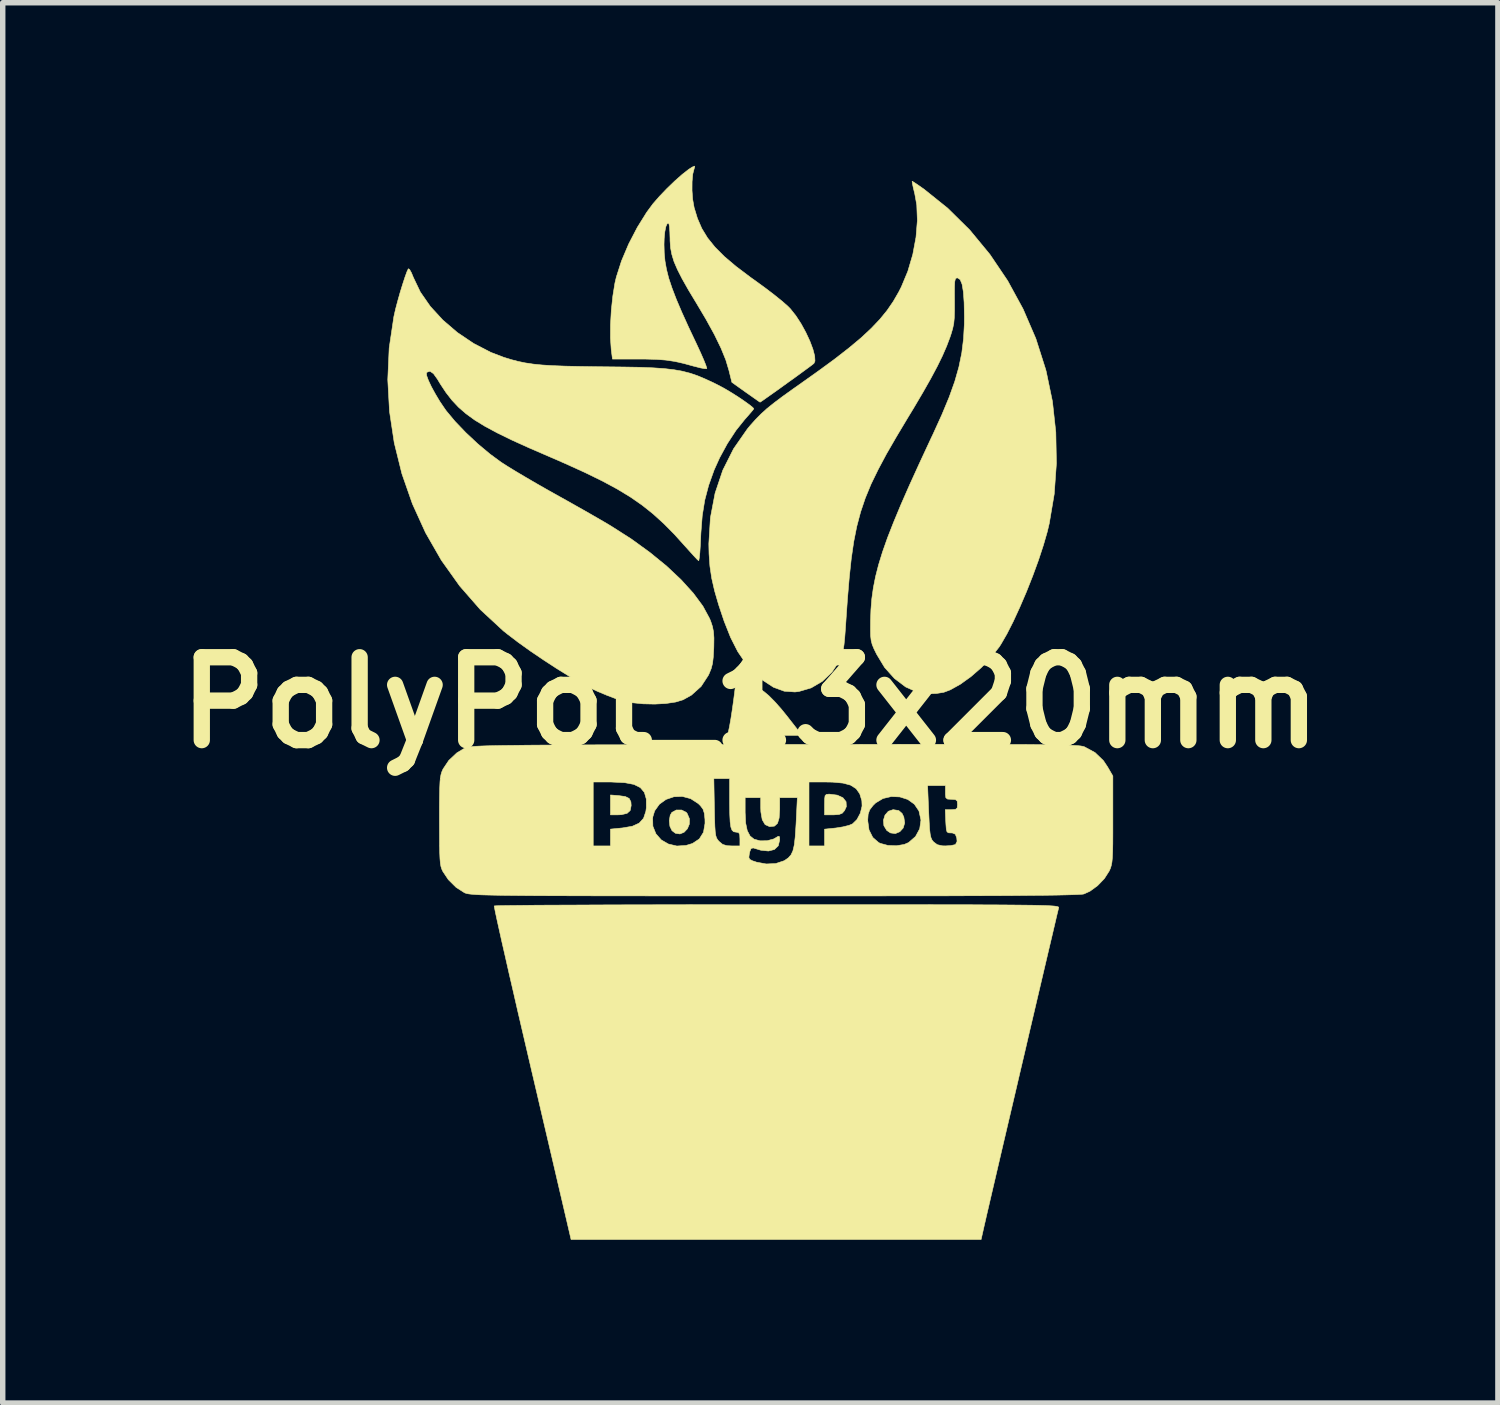
<source format=kicad_pcb>
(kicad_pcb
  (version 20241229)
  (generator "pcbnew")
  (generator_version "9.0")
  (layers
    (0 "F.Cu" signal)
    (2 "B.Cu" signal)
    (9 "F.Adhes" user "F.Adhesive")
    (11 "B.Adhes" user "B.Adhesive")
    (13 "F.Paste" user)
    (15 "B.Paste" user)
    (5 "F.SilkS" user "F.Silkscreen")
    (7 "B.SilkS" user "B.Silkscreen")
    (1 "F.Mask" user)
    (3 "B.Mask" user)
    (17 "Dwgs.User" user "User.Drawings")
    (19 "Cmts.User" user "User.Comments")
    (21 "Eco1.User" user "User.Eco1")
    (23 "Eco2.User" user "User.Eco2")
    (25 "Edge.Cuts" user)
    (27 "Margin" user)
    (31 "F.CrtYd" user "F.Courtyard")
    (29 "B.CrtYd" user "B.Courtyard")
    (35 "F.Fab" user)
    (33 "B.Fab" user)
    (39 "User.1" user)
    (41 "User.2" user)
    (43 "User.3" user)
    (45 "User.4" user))
  (footprint "PolyPot_13x20mm"
    (layer "F.Cu")
    (at 10.748 9.871)
    (property "Reference" "PolyPot_13x20mm" (at 0 0 0) (layer "F.SilkS") (effects (font (size 1.524 1.524) (thickness 0.3))))
    (attr through_hole)
    (fp_poly (pts (xy -2.421 1.71) (xy -2.299 1.727) (xy -2.228 1.762) (xy -2.196 1.824) (xy -2.191 1.892) (xy -2.208 1.982) (xy -2.266 2.036) (xy -2.372 2.061) (xy -2.443 2.064) (xy -2.572 2.064) (xy -2.572 1.698) (xy -2.421 1.71)) (stroke (width 0.01) (type solid)) (fill yes) (layer "F.SilkS"))
    (fp_poly (pts (xy -1.263 1.975) (xy -1.179 2.017) (xy -1.161 2.039) (xy -1.119 2.137) (xy -1.121 2.234) (xy -1.157 2.32) (xy -1.218 2.384) (xy -1.294 2.415) (xy -1.376 2.403) (xy -1.44 2.355) (xy -1.479 2.274) (xy -1.49 2.17) (xy -1.473 2.071) (xy -1.442 2.018) (xy -1.359 1.974) (xy -1.263 1.975)) (stroke (width 0.01) (type solid)) (fill yes) (layer "F.SilkS"))
    (fp_poly (pts (xy 2.729 1.984) (xy 2.791 2.038) (xy 2.823 2.104) (xy 2.839 2.213) (xy 2.811 2.306) (xy 2.749 2.374) (xy 2.667 2.408) (xy 2.577 2.396) (xy 2.508 2.349) (xy 2.456 2.262) (xy 2.448 2.162) (xy 2.477 2.068) (xy 2.538 1.998) (xy 2.624 1.969) (xy 2.629 1.969) (xy 2.729 1.984)) (stroke (width 0.01) (type solid)) (fill yes) (layer "F.SilkS"))
    (fp_poly (pts (xy 1.599 1.701) (xy 1.703 1.749) (xy 1.761 1.822) (xy 1.766 1.913) (xy 1.733 1.985) (xy 1.69 2.034) (xy 1.632 2.057) (xy 1.535 2.064) (xy 1.523 2.064) (xy 1.365 2.064) (xy 1.365 1.873) (xy 1.367 1.768) (xy 1.375 1.711) (xy 1.399 1.688) (xy 1.444 1.683) (xy 1.456 1.683) (xy 1.599 1.701)) (stroke (width 0.01) (type solid)) (fill yes) (layer "F.SilkS"))
    (fp_poly (pts (xy -0.067 -0.467) (xy 0.044 -0.366) (xy 0.161 -0.268) (xy 0.259 -0.196) (xy 0.342 -0.126) (xy 0.451 -0.016) (xy 0.574 0.123) (xy 0.679 0.253) (xy 0.952 0.603) (xy -0.42 0.603) (xy -0.402 0.531) (xy -0.382 0.435) (xy -0.357 0.293) (xy -0.331 0.124) (xy -0.306 -0.055) (xy -0.284 -0.226) (xy -0.268 -0.372) (xy -0.267 -0.391) (xy -0.245 -0.64) (xy -0.067 -0.467)) (stroke (width 0.01) (type solid)) (fill yes) (layer "F.SilkS"))
    (fp_poly (pts (xy 1.169 3.715) (xy 1.781 3.715) (xy 2.336 3.715) (xy 2.835 3.715) (xy 3.282 3.716) (xy 3.68 3.717) (xy 4.032 3.717) (xy 4.34 3.719) (xy 4.607 3.72) (xy 4.836 3.722) (xy 5.031 3.724) (xy 5.193 3.726) (xy 5.326 3.729) (xy 5.432 3.732) (xy 5.514 3.736) (xy 5.576 3.74) (xy 5.62 3.745) (xy 5.648 3.751) (xy 5.664 3.757) (xy 5.671 3.763) (xy 5.671 3.77) (xy 5.671 3.77) (xy 5.662 3.808) (xy 5.639 3.902) (xy 5.605 4.048) (xy 5.56 4.24) (xy 5.505 4.472) (xy 5.442 4.74) (xy 5.372 5.038) (xy 5.296 5.361) (xy 5.216 5.703) (xy 5.132 6.06) (xy 5.047 6.426) (xy 4.96 6.796) (xy 4.874 7.165) (xy 4.789 7.527) (xy 4.707 7.877) (xy 4.629 8.209) (xy 4.557 8.519) (xy 4.491 8.802) (xy 4.433 9.051) (xy 4.384 9.262) (xy 4.345 9.429) (xy 4.318 9.548) (xy 4.31 9.581) (xy 4.244 9.874) (xy -3.296 9.874) (xy -3.379 9.517) (xy -3.399 9.432) (xy -3.432 9.29) (xy -3.477 9.097) (xy -3.533 8.858) (xy -3.598 8.578) (xy -3.672 8.262) (xy -3.753 7.916) (xy -3.84 7.545) (xy -3.931 7.154) (xy -4.026 6.749) (xy -4.093 6.461) (xy -4.187 6.058) (xy -4.277 5.672) (xy -4.36 5.309) (xy -4.438 4.973) (xy -4.507 4.667) (xy -4.569 4.397) (xy -4.62 4.167) (xy -4.661 3.982) (xy -4.69 3.846) (xy -4.706 3.763) (xy -4.71 3.739) (xy -4.677 3.736) (xy -4.584 3.733) (xy -4.434 3.731) (xy -4.231 3.729) (xy -3.977 3.726) (xy -3.677 3.724) (xy -3.333 3.723) (xy -2.95 3.721) (xy -2.529 3.719) (xy -2.075 3.718) (xy -1.59 3.717) (xy -1.079 3.716) (xy -0.545 3.715) (xy 0.01 3.715) (xy 0.496 3.715) (xy 1.169 3.715)) (stroke (width 0.01) (type solid)) (fill yes) (layer "F.SilkS"))
    (fp_poly (pts (xy -1.025 -9.841) (xy -1.032 -9.822) (xy -1.058 -9.722) (xy -1.071 -9.58) (xy -1.072 -9.417) (xy -1.06 -9.254) (xy -1.035 -9.113) (xy -1.035 -9.11) (xy -0.973 -8.906) (xy -0.893 -8.721) (xy -0.787 -8.547) (xy -0.651 -8.378) (xy -0.479 -8.205) (xy -0.263 -8.022) (xy 0.002 -7.822) (xy 0.115 -7.741) (xy 0.28 -7.621) (xy 0.437 -7.501) (xy 0.575 -7.39) (xy 0.682 -7.297) (xy 0.736 -7.243) (xy 0.837 -7.116) (xy 0.934 -6.967) (xy 1.021 -6.808) (xy 1.095 -6.649) (xy 1.151 -6.5) (xy 1.184 -6.374) (xy 1.189 -6.281) (xy 1.17 -6.238) (xy 1.136 -6.211) (xy 1.061 -6.155) (xy 0.957 -6.079) (xy 0.831 -5.987) (xy 0.694 -5.889) (xy 0.556 -5.789) (xy 0.427 -5.697) (xy 0.315 -5.618) (xy 0.232 -5.559) (xy 0.185 -5.528) (xy 0.179 -5.525) (xy 0.153 -5.542) (xy 0.087 -5.588) (xy -0.009 -5.656) (xy -0.082 -5.707) (xy -0.339 -5.89) (xy -0.393 -6.109) (xy -0.451 -6.303) (xy -0.54 -6.521) (xy -0.661 -6.77) (xy -0.818 -7.055) (xy -0.988 -7.341) (xy -1.137 -7.588) (xy -1.253 -7.793) (xy -1.34 -7.964) (xy -1.403 -8.11) (xy -1.443 -8.241) (xy -1.467 -8.365) (xy -1.476 -8.493) (xy -1.476 -8.531) (xy -1.48 -8.654) (xy -1.487 -8.752) (xy -1.497 -8.807) (xy -1.5 -8.813) (xy -1.527 -8.811) (xy -1.552 -8.756) (xy -1.572 -8.66) (xy -1.584 -8.534) (xy -1.587 -8.426) (xy -1.583 -8.271) (xy -1.569 -8.121) (xy -1.542 -7.969) (xy -1.501 -7.806) (xy -1.441 -7.626) (xy -1.362 -7.42) (xy -1.26 -7.18) (xy -1.133 -6.9) (xy -0.982 -6.581) (xy -0.913 -6.431) (xy -0.857 -6.303) (xy -0.818 -6.206) (xy -0.8 -6.15) (xy -0.801 -6.142) (xy -0.838 -6.141) (xy -0.919 -6.156) (xy -1.027 -6.184) (xy -1.037 -6.186) (xy -1.227 -6.238) (xy -1.392 -6.275) (xy -1.553 -6.299) (xy -1.727 -6.312) (xy -1.936 -6.318) (xy -2.063 -6.318) (xy -2.535 -6.318) (xy -2.558 -6.496) (xy -2.572 -6.704) (xy -2.571 -6.952) (xy -2.556 -7.218) (xy -2.528 -7.479) (xy -2.49 -7.715) (xy -2.464 -7.826) (xy -2.369 -8.122) (xy -2.237 -8.434) (xy -2.078 -8.74) (xy -1.905 -9.018) (xy -1.789 -9.175) (xy -1.671 -9.31) (xy -1.534 -9.453) (xy -1.391 -9.591) (xy -1.253 -9.713) (xy -1.134 -9.806) (xy -1.067 -9.849) (xy -1.024 -9.866) (xy -1.025 -9.841)) (stroke (width 0.01) (type solid)) (fill yes) (layer "F.SilkS"))
    (fp_poly (pts (xy 3.006 -9.571) (xy 3.074 -9.526) (xy 3.167 -9.461) (xy 3.19 -9.445) (xy 3.629 -9.093) (xy 4.036 -8.691) (xy 4.405 -8.244) (xy 4.733 -7.758) (xy 5.016 -7.239) (xy 5.251 -6.694) (xy 5.432 -6.126) (xy 5.442 -6.087) (xy 5.556 -5.539) (xy 5.618 -4.972) (xy 5.629 -4.401) (xy 5.589 -3.837) (xy 5.497 -3.293) (xy 5.461 -3.142) (xy 5.39 -2.896) (xy 5.3 -2.622) (xy 5.194 -2.332) (xy 5.078 -2.039) (xy 4.956 -1.755) (xy 4.835 -1.492) (xy 4.718 -1.262) (xy 4.611 -1.077) (xy 4.579 -1.027) (xy 4.429 -0.834) (xy 4.251 -0.647) (xy 4.058 -0.479) (xy 3.862 -0.338) (xy 3.677 -0.235) (xy 3.558 -0.19) (xy 3.422 -0.168) (xy 3.267 -0.163) (xy 3.126 -0.177) (xy 3.08 -0.188) (xy 2.857 -0.288) (xy 2.651 -0.444) (xy 2.47 -0.646) (xy 2.324 -0.888) (xy 2.274 -0.989) (xy 2.241 -1.069) (xy 2.222 -1.144) (xy 2.212 -1.231) (xy 2.21 -1.348) (xy 2.211 -1.507) (xy 2.218 -1.71) (xy 2.234 -1.909) (xy 2.262 -2.109) (xy 2.303 -2.317) (xy 2.359 -2.536) (xy 2.432 -2.773) (xy 2.524 -3.034) (xy 2.637 -3.322) (xy 2.771 -3.644) (xy 2.93 -4.006) (xy 3.115 -4.412) (xy 3.327 -4.868) (xy 3.36 -4.937) (xy 3.524 -5.298) (xy 3.657 -5.618) (xy 3.76 -5.906) (xy 3.836 -6.173) (xy 3.889 -6.432) (xy 3.921 -6.691) (xy 3.936 -6.963) (xy 3.937 -7.095) (xy 3.932 -7.355) (xy 3.918 -7.554) (xy 3.894 -7.695) (xy 3.859 -7.779) (xy 3.813 -7.81) (xy 3.808 -7.811) (xy 3.785 -7.806) (xy 3.769 -7.785) (xy 3.759 -7.738) (xy 3.755 -7.656) (xy 3.754 -7.527) (xy 3.755 -7.39) (xy 3.755 -7.21) (xy 3.751 -7.076) (xy 3.741 -6.971) (xy 3.721 -6.877) (xy 3.691 -6.776) (xy 3.673 -6.722) (xy 3.61 -6.555) (xy 3.533 -6.378) (xy 3.437 -6.182) (xy 3.319 -5.961) (xy 3.175 -5.707) (xy 3.001 -5.412) (xy 2.903 -5.251) (xy 2.688 -4.892) (xy 2.504 -4.574) (xy 2.35 -4.285) (xy 2.22 -4.018) (xy 2.114 -3.761) (xy 2.028 -3.506) (xy 1.958 -3.242) (xy 1.902 -2.961) (xy 1.857 -2.652) (xy 1.82 -2.305) (xy 1.787 -1.913) (xy 1.764 -1.585) (xy 1.749 -1.362) (xy 1.736 -1.191) (xy 1.723 -1.063) (xy 1.708 -0.967) (xy 1.69 -0.894) (xy 1.668 -0.831) (xy 1.639 -0.77) (xy 1.638 -0.767) (xy 1.5 -0.559) (xy 1.324 -0.391) (xy 1.119 -0.271) (xy 0.895 -0.205) (xy 0.821 -0.196) (xy 0.624 -0.21) (xy 0.427 -0.282) (xy 0.226 -0.413) (xy 0.091 -0.531) (xy -0.081 -0.719) (xy -0.23 -0.937) (xy -0.362 -1.197) (xy -0.482 -1.499) (xy -0.582 -1.798) (xy -0.657 -2.056) (xy -0.71 -2.288) (xy -0.743 -2.509) (xy -0.759 -2.735) (xy -0.763 -2.921) (xy -0.734 -3.399) (xy -0.648 -3.851) (xy -0.506 -4.274) (xy -0.308 -4.668) (xy -0.054 -5.033) (xy 0.005 -5.104) (xy 0.1 -5.21) (xy 0.198 -5.309) (xy 0.307 -5.408) (xy 0.438 -5.513) (xy 0.599 -5.634) (xy 0.8 -5.778) (xy 0.904 -5.851) (xy 1.257 -6.102) (xy 1.561 -6.325) (xy 1.82 -6.527) (xy 2.04 -6.711) (xy 2.225 -6.884) (xy 2.382 -7.049) (xy 2.515 -7.212) (xy 2.629 -7.378) (xy 2.729 -7.551) (xy 2.777 -7.645) (xy 2.897 -7.933) (xy 2.988 -8.242) (xy 3.047 -8.559) (xy 3.072 -8.867) (xy 3.061 -9.152) (xy 3.024 -9.358) (xy 2.997 -9.468) (xy 2.98 -9.55) (xy 2.976 -9.587) (xy 2.976 -9.588) (xy 3.006 -9.571)) (stroke (width 0.01) (type solid)) (fill yes) (layer "F.SilkS"))
    (fp_poly (pts (xy -6.266 -7.965) (xy -6.232 -7.905) (xy -6.197 -7.82) (xy -6.068 -7.55) (xy -5.884 -7.285) (xy -5.654 -7.035) (xy -5.387 -6.806) (xy -5.09 -6.606) (xy -4.774 -6.442) (xy -4.539 -6.352) (xy -4.405 -6.31) (xy -4.275 -6.276) (xy -4.142 -6.248) (xy -3.996 -6.226) (xy -3.829 -6.209) (xy -3.635 -6.197) (xy -3.404 -6.188) (xy -3.128 -6.182) (xy -2.799 -6.177) (xy -2.683 -6.176) (xy -2.334 -6.172) (xy -2.04 -6.167) (xy -1.792 -6.157) (xy -1.584 -6.143) (xy -1.405 -6.122) (xy -1.248 -6.094) (xy -1.104 -6.057) (xy -0.965 -6.009) (xy -0.823 -5.949) (xy -0.668 -5.877) (xy -0.556 -5.82) (xy -0.456 -5.765) (xy -0.339 -5.695) (xy -0.218 -5.618) (xy -0.106 -5.542) (xy -0.013 -5.475) (xy 0.047 -5.426) (xy 0.064 -5.404) (xy 0.044 -5.376) (xy -0.009 -5.314) (xy -0.083 -5.229) (xy -0.103 -5.207) (xy -0.264 -5.006) (xy -0.422 -4.764) (xy -0.564 -4.503) (xy -0.665 -4.28) (xy -0.766 -3.997) (xy -0.838 -3.724) (xy -0.884 -3.438) (xy -0.909 -3.117) (xy -0.912 -3.055) (xy -0.919 -2.894) (xy -0.928 -2.76) (xy -0.938 -2.663) (xy -0.947 -2.614) (xy -0.951 -2.61) (xy -0.98 -2.636) (xy -1.04 -2.7) (xy -1.123 -2.792) (xy -1.196 -2.873) (xy -1.397 -3.096) (xy -1.591 -3.292) (xy -1.786 -3.469) (xy -1.989 -3.631) (xy -2.208 -3.783) (xy -2.451 -3.93) (xy -2.726 -4.078) (xy -3.039 -4.231) (xy -3.4 -4.395) (xy -3.696 -4.524) (xy -4.066 -4.684) (xy -4.382 -4.827) (xy -4.65 -4.958) (xy -4.876 -5.079) (xy -5.067 -5.196) (xy -5.228 -5.313) (xy -5.366 -5.433) (xy -5.487 -5.562) (xy -5.596 -5.702) (xy -5.7 -5.859) (xy -5.754 -5.949) (xy -5.827 -6.05) (xy -5.89 -6.094) (xy -5.942 -6.078) (xy -5.955 -6.061) (xy -5.952 -6.014) (xy -5.92 -5.926) (xy -5.865 -5.809) (xy -5.792 -5.676) (xy -5.709 -5.537) (xy -5.62 -5.406) (xy -5.591 -5.365) (xy -5.431 -5.173) (xy -5.232 -4.965) (xy -5.012 -4.759) (xy -4.787 -4.571) (xy -4.583 -4.421) (xy -4.471 -4.349) (xy -4.316 -4.254) (xy -4.129 -4.143) (xy -3.923 -4.023) (xy -3.711 -3.902) (xy -3.6 -3.84) (xy -3.385 -3.72) (xy -3.165 -3.596) (xy -2.955 -3.477) (xy -2.768 -3.369) (xy -2.617 -3.281) (xy -2.561 -3.247) (xy -2.191 -3.011) (xy -1.85 -2.764) (xy -1.542 -2.513) (xy -1.273 -2.26) (xy -1.048 -2.012) (xy -0.872 -1.774) (xy -0.75 -1.549) (xy -0.729 -1.499) (xy -0.696 -1.399) (xy -0.677 -1.303) (xy -0.669 -1.189) (xy -0.671 -1.037) (xy -0.672 -1) (xy -0.681 -0.839) (xy -0.695 -0.72) (xy -0.72 -0.624) (xy -0.759 -0.529) (xy -0.772 -0.502) (xy -0.905 -0.298) (xy -1.083 -0.138) (xy -1.237 -0.052) (xy -1.373 -0.011) (xy -1.553 0.016) (xy -1.759 0.027) (xy -1.975 0.022) (xy -2.181 0.001) (xy -2.348 -0.032) (xy -2.475 -0.073) (xy -2.636 -0.134) (xy -2.808 -0.206) (xy -2.935 -0.264) (xy -3.11 -0.356) (xy -3.321 -0.479) (xy -3.556 -0.624) (xy -3.8 -0.783) (xy -4.042 -0.947) (xy -4.267 -1.108) (xy -4.463 -1.257) (xy -4.542 -1.32) (xy -4.965 -1.711) (xy -5.345 -2.146) (xy -5.682 -2.619) (xy -5.972 -3.124) (xy -6.214 -3.656) (xy -6.407 -4.209) (xy -6.548 -4.778) (xy -6.635 -5.356) (xy -6.667 -5.94) (xy -6.641 -6.522) (xy -6.555 -7.098) (xy -6.552 -7.111) (xy -6.524 -7.236) (xy -6.485 -7.383) (xy -6.441 -7.539) (xy -6.395 -7.689) (xy -6.352 -7.821) (xy -6.316 -7.921) (xy -6.291 -7.975) (xy -6.288 -7.979) (xy -6.266 -7.965)) (stroke (width 0.01) (type solid)) (fill yes) (layer "F.SilkS"))
    (fp_poly (pts (xy 3.802 0.766) (xy 4.182 0.767) (xy 4.517 0.768) (xy 4.812 0.769) (xy 5.068 0.77) (xy 5.289 0.772) (xy 5.476 0.774) (xy 5.634 0.776) (xy 5.765 0.779) (xy 5.87 0.783) (xy 5.955 0.787) (xy 6.02 0.791) (xy 6.069 0.796) (xy 6.105 0.802) (xy 6.131 0.808) (xy 6.143 0.812) (xy 6.339 0.918) (xy 6.493 1.066) (xy 6.572 1.185) (xy 6.667 1.349) (xy 6.667 2.151) (xy 6.667 2.4) (xy 6.666 2.594) (xy 6.663 2.741) (xy 6.658 2.852) (xy 6.65 2.933) (xy 6.638 2.995) (xy 6.623 3.045) (xy 6.602 3.093) (xy 6.6 3.097) (xy 6.511 3.236) (xy 6.386 3.366) (xy 6.246 3.468) (xy 6.134 3.519) (xy 6.101 3.524) (xy 6.035 3.528) (xy 5.935 3.532) (xy 5.798 3.536) (xy 5.622 3.54) (xy 5.405 3.543) (xy 5.146 3.545) (xy 4.842 3.548) (xy 4.49 3.55) (xy 4.09 3.551) (xy 3.639 3.553) (xy 3.135 3.554) (xy 2.576 3.554) (xy 1.959 3.555) (xy 1.284 3.555) (xy 0.547 3.555) (xy 0.441 3.555) (xy -0.257 3.555) (xy -0.895 3.555) (xy -1.474 3.555) (xy -1.999 3.554) (xy -2.472 3.554) (xy -2.895 3.553) (xy -3.271 3.552) (xy -3.604 3.551) (xy -3.896 3.55) (xy -4.15 3.548) (xy -4.368 3.546) (xy -4.555 3.544) (xy -4.711 3.541) (xy -4.841 3.538) (xy -4.947 3.535) (xy -5.032 3.531) (xy -5.099 3.526) (xy -5.15 3.521) (xy -5.188 3.516) (xy -5.217 3.51) (xy -5.239 3.503) (xy -5.255 3.497) (xy -5.411 3.397) (xy -5.553 3.256) (xy -5.655 3.103) (xy -5.674 3.062) (xy -5.689 3.015) (xy -5.7 2.953) (xy -5.707 2.87) (xy -5.712 2.755) (xy -5.715 2.601) (xy -5.716 2.4) (xy -5.717 2.171) (xy -5.717 1.92) (xy -5.715 1.725) (xy -5.712 1.576) (xy -5.707 1.464) (xy -5.707 1.46) (xy -2.889 1.46) (xy -2.889 2.635) (xy -2.572 2.635) (xy -2.572 2.326) (xy -2.348 2.304) (xy -2.169 2.273) (xy -2.044 2.216) (xy -1.964 2.128) (xy -1.958 2.111) (xy -1.796 2.111) (xy -1.792 2.273) (xy -1.736 2.412) (xy -1.638 2.524) (xy -1.507 2.6) (xy -1.351 2.637) (xy -1.182 2.626) (xy -1.063 2.59) (xy -0.938 2.507) (xy -0.861 2.384) (xy -0.833 2.22) (xy -0.834 2.146) (xy -0.846 2.034) (xy -0.87 1.959) (xy -0.917 1.896) (xy -0.958 1.856) (xy -1.097 1.766) (xy -1.25 1.725) (xy -1.405 1.731) (xy -1.549 1.78) (xy -1.672 1.868) (xy -1.759 1.99) (xy -1.796 2.111) (xy -1.958 2.111) (xy -1.921 2) (xy -1.912 1.931) (xy -1.913 1.772) (xy -1.948 1.651) (xy -2.022 1.563) (xy -2.14 1.504) (xy -2.309 1.472) (xy -2.533 1.461) (xy -2.553 1.46) (xy -2.889 1.46) (xy -5.707 1.46) (xy -5.701 1.397) (xy -0.671 1.397) (xy -0.661 1.934) (xy -0.657 2.131) (xy -0.652 2.275) (xy -0.645 2.376) (xy -0.635 2.445) (xy -0.62 2.491) (xy -0.598 2.526) (xy -0.574 2.553) (xy -0.509 2.607) (xy -0.43 2.631) (xy -0.344 2.635) (xy -0.191 2.635) (xy -0.191 2.508) (xy -0.195 2.426) (xy -0.216 2.39) (xy -0.263 2.381) (xy -0.266 2.381) (xy -0.307 2.374) (xy -0.337 2.345) (xy -0.358 2.288) (xy -0.371 2.194) (xy -0.378 2.055) (xy -0.381 1.863) (xy -0.381 1.79) (xy -0.381 1.746) (xy -0.095 1.746) (xy -0.095 2.018) (xy -0.086 2.213) (xy -0.056 2.355) (xy -0.004 2.453) (xy 0.069 2.511) (xy 0.178 2.541) (xy 0.308 2.54) (xy 0.427 2.508) (xy 0.458 2.491) (xy 0.515 2.457) (xy 0.537 2.466) (xy 0.54 2.525) (xy 0.54 2.526) (xy 0.514 2.633) (xy 0.443 2.701) (xy 0.333 2.729) (xy 0.192 2.714) (xy 0.13 2.695) (xy 0.053 2.672) (xy 0.013 2.683) (xy -0.009 2.739) (xy -0.019 2.786) (xy -0.027 2.846) (xy -0.011 2.882) (xy 0.041 2.909) (xy 0.115 2.934) (xy 0.293 2.967) (xy 0.468 2.959) (xy 0.618 2.909) (xy 0.633 2.901) (xy 0.699 2.855) (xy 0.748 2.8) (xy 0.783 2.726) (xy 0.808 2.621) (xy 0.825 2.476) (xy 0.838 2.281) (xy 0.842 2.215) (xy 0.865 1.746) (xy 0.54 1.746) (xy 0.54 1.966) (xy 0.53 2.121) (xy 0.5 2.22) (xy 0.444 2.271) (xy 0.359 2.28) (xy 0.354 2.28) (xy 0.272 2.243) (xy 0.219 2.153) (xy 0.194 2.009) (xy 0.191 1.929) (xy 0.191 1.746) (xy -0.095 1.746) (xy -0.381 1.746) (xy -0.381 1.46) (xy 1.079 1.46) (xy 1.079 2.635) (xy 1.365 2.635) (xy 1.365 2.327) (xy 1.577 2.305) (xy 1.702 2.285) (xy 1.814 2.257) (xy 1.879 2.23) (xy 1.943 2.168) (xy 2.159 2.168) (xy 2.183 2.341) (xy 2.252 2.479) (xy 2.361 2.574) (xy 2.39 2.588) (xy 2.53 2.626) (xy 2.686 2.632) (xy 2.831 2.608) (xy 2.911 2.573) (xy 3.038 2.462) (xy 3.115 2.32) (xy 3.138 2.16) (xy 3.102 1.996) (xy 3.101 1.992) (xy 3.017 1.868) (xy 2.896 1.781) (xy 2.75 1.734) (xy 2.593 1.727) (xy 2.44 1.763) (xy 2.305 1.844) (xy 2.257 1.891) (xy 2.195 1.972) (xy 2.167 2.052) (xy 2.159 2.162) (xy 2.159 2.168) (xy 1.943 2.168) (xy 1.961 2.15) (xy 2.023 2.033) (xy 2.055 1.902) (xy 2.051 1.804) (xy 2.012 1.676) (xy 1.946 1.583) (xy 1.855 1.524) (xy 3.26 1.524) (xy 3.28 2.005) (xy 3.289 2.192) (xy 3.297 2.327) (xy 3.308 2.42) (xy 3.322 2.482) (xy 3.341 2.525) (xy 3.368 2.559) (xy 3.37 2.561) (xy 3.438 2.612) (xy 3.528 2.633) (xy 3.585 2.635) (xy 3.683 2.629) (xy 3.757 2.614) (xy 3.774 2.607) (xy 3.802 2.552) (xy 3.796 2.487) (xy 3.77 2.42) (xy 3.717 2.397) (xy 3.69 2.396) (xy 3.644 2.394) (xy 3.617 2.376) (xy 3.604 2.328) (xy 3.597 2.236) (xy 3.594 2.183) (xy 3.585 1.968) (xy 3.697 1.968) (xy 3.773 1.963) (xy 3.804 1.937) (xy 3.81 1.874) (xy 3.81 1.873) (xy 3.804 1.809) (xy 3.772 1.783) (xy 3.699 1.778) (xy 3.628 1.774) (xy 3.596 1.75) (xy 3.588 1.688) (xy 3.588 1.651) (xy 3.588 1.524) (xy 3.26 1.524) (xy 1.855 1.524) (xy 1.846 1.518) (xy 1.705 1.48) (xy 1.513 1.462) (xy 1.398 1.46) (xy 1.079 1.46) (xy -0.381 1.46) (xy -0.381 1.397) (xy -0.671 1.397) (xy -5.701 1.397) (xy -5.7 1.382) (xy -5.688 1.321) (xy -5.673 1.272) (xy -5.653 1.226) (xy -5.65 1.22) (xy -5.545 1.063) (xy -5.397 0.924) (xy -5.241 0.829) (xy -5.223 0.823) (xy -5.196 0.817) (xy -5.158 0.812) (xy -5.105 0.807) (xy -5.036 0.802) (xy -4.947 0.798) (xy -4.835 0.794) (xy -4.699 0.791) (xy -4.534 0.788) (xy -4.338 0.786) (xy -4.108 0.783) (xy -3.843 0.781) (xy -3.538 0.779) (xy -3.191 0.778) (xy -2.799 0.776) (xy -2.359 0.775) (xy -1.87 0.774) (xy -1.327 0.772) (xy -0.728 0.771) (xy -0.071 0.77) (xy 0.444 0.769) (xy 1.146 0.768) (xy 1.787 0.768) (xy 2.371 0.767) (xy 2.899 0.766) (xy 3.375 0.766) (xy 3.802 0.766)) (stroke (width 0.01) (type solid)) (fill yes) (layer "F.SilkS")))
  (gr_rect
    (start -3 -3)
    (end 24.496 22.751)
    (stroke (width 0.1) (type default))
    (fill no)
    (layer "Edge.Cuts")))
</source>
